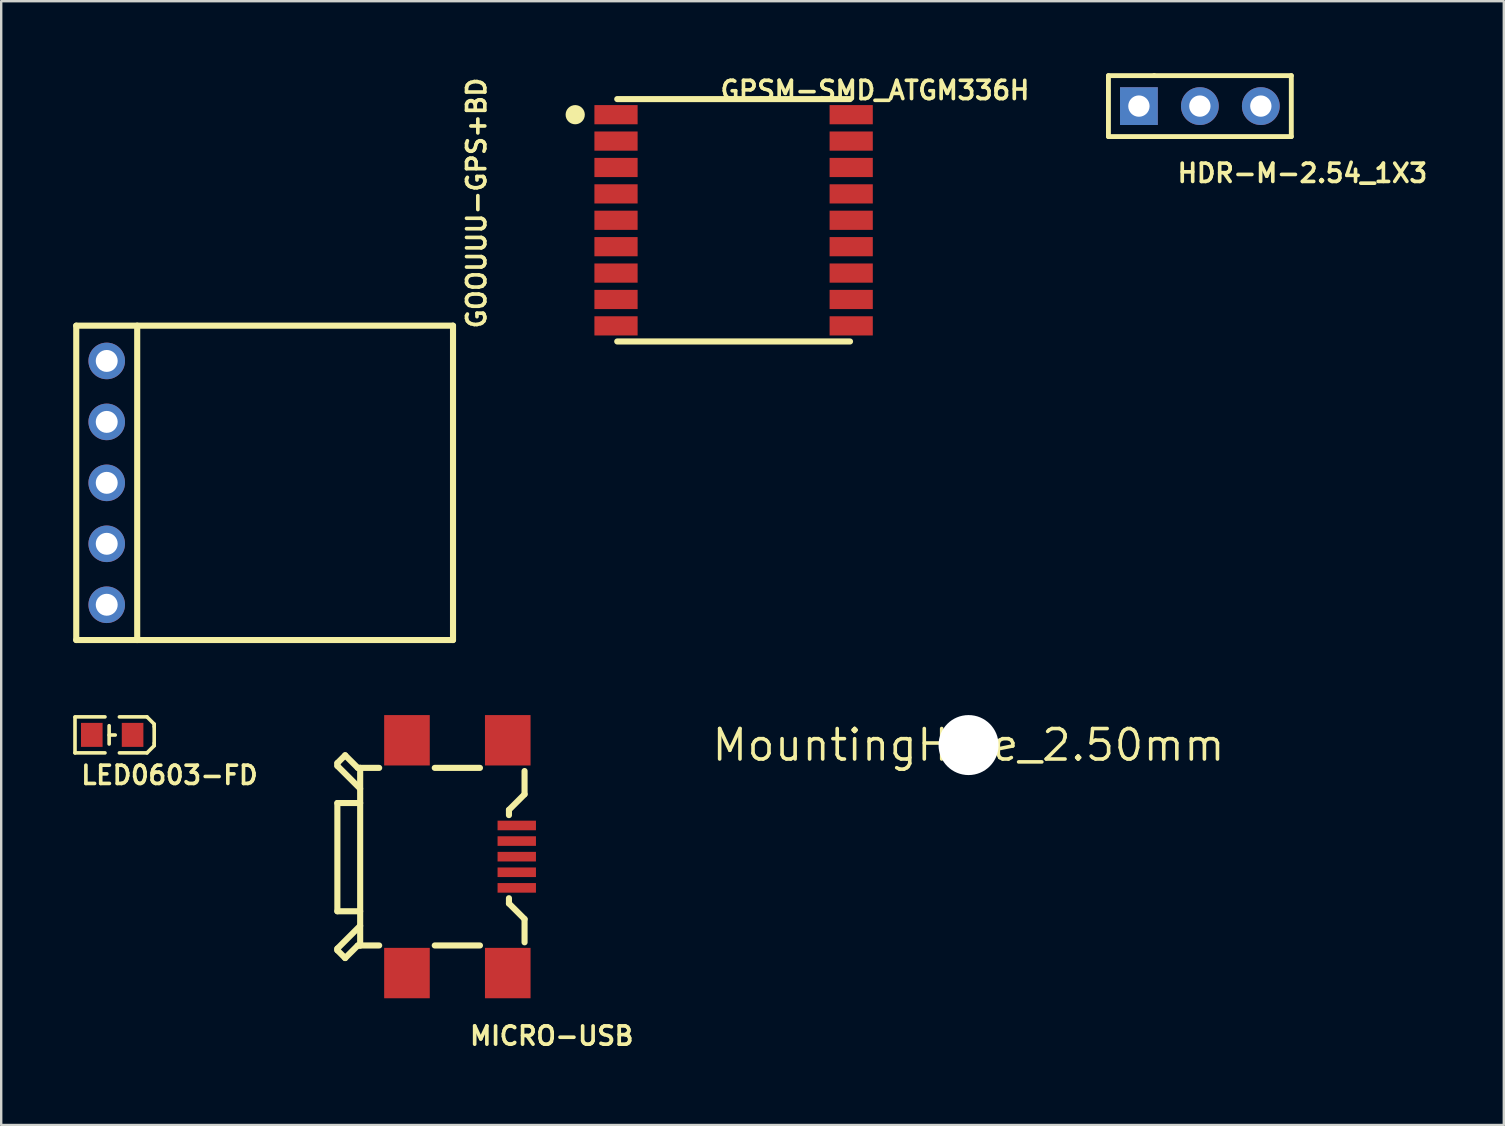
<source format=kicad_pcb>
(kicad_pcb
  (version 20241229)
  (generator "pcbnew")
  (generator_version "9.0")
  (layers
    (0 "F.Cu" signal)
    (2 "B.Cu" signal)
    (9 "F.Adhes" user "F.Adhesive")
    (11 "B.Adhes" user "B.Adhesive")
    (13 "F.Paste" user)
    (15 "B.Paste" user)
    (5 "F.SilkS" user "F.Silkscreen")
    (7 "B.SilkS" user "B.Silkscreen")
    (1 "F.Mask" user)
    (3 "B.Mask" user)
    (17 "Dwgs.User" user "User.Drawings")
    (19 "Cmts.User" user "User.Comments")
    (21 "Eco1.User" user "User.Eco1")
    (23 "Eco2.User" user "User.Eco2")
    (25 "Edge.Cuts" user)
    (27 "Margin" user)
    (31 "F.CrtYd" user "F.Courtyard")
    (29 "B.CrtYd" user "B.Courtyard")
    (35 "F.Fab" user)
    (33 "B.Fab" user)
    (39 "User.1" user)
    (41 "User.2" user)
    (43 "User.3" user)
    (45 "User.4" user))
  (footprint "MICRO-USB"
    (layer "F.Cu")
    (at 15.178 32.75)
    (property "Reference" "MICRO-USB" (at 1.27 7.366 0) (layer "F.SilkS") (effects (font (size 0.762 0.762) (thickness 0.152)) (justify left)))
    (attr smd)
    (fp_line (start -4.17 -4.003) (end -4.17 -3.887) (stroke (width 0.254) (type solid)) (layer "F.SilkS"))
    (fp_line (start -4.17 -3.887) (end -3.22 -2.937) (stroke (width 0.254) (type solid)) (layer "F.SilkS"))
    (fp_line (start -4.17 -2.338) (end -4.17 2.172) (stroke (width 0.254) (type solid)) (layer "F.SilkS"))
    (fp_line (start -4.17 2.172) (end -3.22 2.172) (stroke (width 0.254) (type solid)) (layer "F.SilkS"))
    (fp_line (start -4.17 3.728) (end -3.22 2.778) (stroke (width 0.254) (type solid)) (layer "F.SilkS"))
    (fp_line (start -4.17 3.797) (end -4.17 3.728) (stroke (width 0.254) (type solid)) (layer "F.SilkS"))
    (fp_line (start -3.845 -4.328) (end -4.17 -4.003) (stroke (width 0.254) (type solid)) (layer "F.SilkS"))
    (fp_line (start -3.845 4.122) (end -4.17 3.797) (stroke (width 0.254) (type solid)) (layer "F.SilkS"))
    (fp_line (start -3.32 -3.803) (end -3.845 -4.328) (stroke (width 0.254) (type solid)) (layer "F.SilkS"))
    (fp_line (start -3.32 3.597) (end -3.845 4.122) (stroke (width 0.254) (type solid)) (layer "F.SilkS"))
    (fp_line (start -3.22 -3.803) (end -3.32 -3.803) (stroke (width 0.254) (type solid)) (layer "F.SilkS"))
    (fp_line (start -3.22 -3.803) (end -3.22 3.597) (stroke (width 0.254) (type solid)) (layer "F.SilkS"))
    (fp_line (start -3.22 -3.803) (end -2.428 -3.803) (stroke (width 0.254) (type solid)) (layer "F.SilkS"))
    (fp_line (start -3.22 -2.338) (end -4.17 -2.338) (stroke (width 0.254) (type solid)) (layer "F.SilkS"))
    (fp_line (start -3.22 3.597) (end -3.32 3.597) (stroke (width 0.254) (type solid)) (layer "F.SilkS"))
    (fp_line (start -3.22 3.597) (end -2.428 3.597) (stroke (width 0.254) (type solid)) (layer "F.SilkS"))
    (fp_line (start -0.112 -3.803) (end 1.772 -3.803) (stroke (width 0.254) (type solid)) (layer "F.SilkS"))
    (fp_line (start -0.112 3.597) (end 1.772 3.597) (stroke (width 0.254) (type solid)) (layer "F.SilkS"))
    (fp_line (start 2.98 -2.053) (end 3.63 -2.703) (stroke (width 0.254) (type solid)) (layer "F.SilkS"))
    (fp_line (start 2.98 -1.834) (end 2.98 -2.053) (stroke (width 0.254) (type solid)) (layer "F.SilkS"))
    (fp_line (start 2.98 1.847) (end 2.98 1.628) (stroke (width 0.254) (type solid)) (layer "F.SilkS"))
    (fp_line (start 3.63 -2.703) (end 3.63 -3.672) (stroke (width 0.254) (type solid)) (layer "F.SilkS"))
    (fp_line (start 3.63 2.497) (end 2.98 1.847) (stroke (width 0.254) (type solid)) (layer "F.SilkS"))
    (fp_line (start 3.63 3.466) (end 3.63 2.497) (stroke (width 0.254) (type solid)) (layer "F.SilkS"))
    (pad "1" smd rect (at 3.305 -1.403) (size 1.6 0.4) (layers "F.Cu" "F.Mask" "F.Paste"))
    (pad "2" smd rect (at 3.305 -0.753) (size 1.6 0.4) (layers "F.Cu" "F.Mask" "F.Paste"))
    (pad "3" smd rect (at 3.305 -0.103) (size 1.6 0.4) (layers "F.Cu" "F.Mask" "F.Paste"))
    (pad "4" smd rect (at 3.305 0.547) (size 1.6 0.4) (layers "F.Cu" "F.Mask" "F.Paste"))
    (pad "5" smd rect (at 3.305 1.197) (size 1.6 0.4) (layers "F.Cu" "F.Mask" "F.Paste"))
    (pad "6" smd rect (at -1.27 -4.953) (size 1.9 2.1) (layers "F.Cu" "F.Mask" "F.Paste"))
    (pad "6" smd rect (at -1.27 4.747) (size 1.9 2.1) (layers "F.Cu" "F.Mask" "F.Paste"))
    (pad "6" smd rect (at 2.93 -4.953) (size 1.9 2.1) (layers "F.Cu" "F.Mask" "F.Paste"))
    (pad "6" smd rect (at 2.93 4.747) (size 1.9 2.1) (layers "F.Cu" "F.Mask" "F.Paste")))
  (footprint "MountingHole_2.50mm"
    (layer "F.Cu")
    (at 37.309 27.997)
    (property "Reference" "MountingHole_2.50mm" (at 0 0 0) (layer "F.SilkS") (effects (font (size 1.27 1.27) (thickness 0.15))))
    (attr exclude_from_pos_files exclude_from_bom)
    (pad "" np_thru_hole circle (at 0 0) (size 2.5 2.5) (drill 2.5) (layers "*.Cu" "*.Mask")))
  (footprint "GPSM-SMD_ATGM336H"
    (layer "F.Cu")
    (at 27.519 6.129)
    (property "Reference" "GPSM-SMD_ATGM336H" (at -0.632 -5.416 0) (layer "F.SilkS") (effects (font (size 0.762 0.762) (thickness 0.152)) (justify left)))
    (attr smd)
    (fp_line (start -4.849 -5.05) (end 4.851 -5.05) (stroke (width 0.254) (type solid)) (layer "F.SilkS"))
    (fp_line (start -4.849 5.05) (end 4.851 5.05) (stroke (width 0.254) (type solid)) (layer "F.SilkS"))
    (fp_arc (start -6.599 -4.6) (mid -6.599729 -4.199998) (end -6.601541 -4.599997) (stroke (width 0.4) (type solid)) (layer "F.SilkS"))
    (pad "1" smd rect (at -4.9 -4.4) (size 1.8 0.8) (layers "F.Cu" "F.Mask" "F.Paste"))
    (pad "2" smd rect (at -4.9 -3.3) (size 1.8 0.8) (layers "F.Cu" "F.Mask" "F.Paste"))
    (pad "3" smd rect (at -4.9 -2.2) (size 1.8 0.8) (layers "F.Cu" "F.Mask" "F.Paste"))
    (pad "4" smd rect (at -4.9 -1.1) (size 1.8 0.8) (layers "F.Cu" "F.Mask" "F.Paste"))
    (pad "5" smd rect (at -4.9 0) (size 1.8 0.8) (layers "F.Cu" "F.Mask" "F.Paste"))
    (pad "6" smd rect (at -4.9 1.1) (size 1.8 0.8) (layers "F.Cu" "F.Mask" "F.Paste"))
    (pad "7" smd rect (at -4.9 2.2) (size 1.8 0.8) (layers "F.Cu" "F.Mask" "F.Paste"))
    (pad "8" smd rect (at -4.9 3.3) (size 1.8 0.8) (layers "F.Cu" "F.Mask" "F.Paste"))
    (pad "9" smd rect (at -4.9 4.4) (size 1.8 0.8) (layers "F.Cu" "F.Mask" "F.Paste"))
    (pad "10" smd rect (at 4.9 4.4) (size 1.8 0.8) (layers "F.Cu" "F.Mask" "F.Paste"))
    (pad "11" smd rect (at 4.9 3.3) (size 1.8 0.8) (layers "F.Cu" "F.Mask" "F.Paste"))
    (pad "12" smd rect (at 4.9 2.2) (size 1.8 0.8) (layers "F.Cu" "F.Mask" "F.Paste"))
    (pad "13" smd rect (at 4.9 1.1) (size 1.8 0.8) (layers "F.Cu" "F.Mask" "F.Paste"))
    (pad "14" smd rect (at 4.9 0) (size 1.8 0.8) (layers "F.Cu" "F.Mask" "F.Paste"))
    (pad "15" smd rect (at 4.9 -1.1) (size 1.8 0.8) (layers "F.Cu" "F.Mask" "F.Paste"))
    (pad "16" smd rect (at 4.9 -2.2) (size 1.8 0.8) (layers "F.Cu" "F.Mask" "F.Paste"))
    (pad "17" smd rect (at 4.9 -3.3) (size 1.8 0.8) (layers "F.Cu" "F.Mask" "F.Paste"))
    (pad "18" smd rect (at 4.9 -4.4) (size 1.8 0.8) (layers "F.Cu" "F.Mask" "F.Paste")))
  (footprint "GOOUUU-GPS+BD"
    (layer "F.Cu")
    (at 1.397 17.07)
    (property "Reference" "GOOUUU-GPS+BD" (at 15.41 -6.353 90) (layer "F.SilkS") (effects (font (size 0.762 0.762) (thickness 0.152)) (justify left)))
    (attr through_hole)
    (fp_line (start -1.27 -6.55) (end -1.27 6.55) (stroke (width 0.254) (type solid)) (layer "F.SilkS"))
    (fp_line (start -1.27 -6.55) (end 14.43 -6.55) (stroke (width 0.254) (type solid)) (layer "F.SilkS"))
    (fp_line (start 1.27 -6.55) (end 1.27 6.55) (stroke (width 0.254) (type solid)) (layer "F.SilkS"))
    (fp_line (start 14.43 6.55) (end -1.27 6.55) (stroke (width 0.254) (type solid)) (layer "F.SilkS"))
    (fp_line (start 14.43 6.55) (end 14.43 -6.55) (stroke (width 0.254) (type solid)) (layer "F.SilkS"))
    (pad "1" thru_hole circle (at 0 -5.08) (size 1.524 1.524) (drill 0.914) (layers "*.Cu" "*.Paste" "*.Mask"))
    (pad "2" thru_hole circle (at 0 -2.54) (size 1.524 1.524) (drill 0.914) (layers "*.Cu" "*.Paste" "*.Mask"))
    (pad "3" thru_hole circle (at 0 0) (size 1.524 1.524) (drill 0.914) (layers "*.Cu" "*.Paste" "*.Mask"))
    (pad "4" thru_hole circle (at 0 2.54) (size 1.524 1.524) (drill 0.914) (layers "*.Cu" "*.Paste" "*.Mask"))
    (pad "5" thru_hole circle (at 0 5.08) (size 1.524 1.524) (drill 0.914) (layers "*.Cu" "*.Paste" "*.Mask")))
  (footprint "LED0603-FD"
    (layer "F.Cu")
    (at 1.625 27.572)
    (property "Reference" "LED0603-FD" (at -1.377 1.679 0) (layer "F.SilkS") (effects (font (size 0.762 0.762) (thickness 0.152)) (justify left)))
    (attr smd)
    (fp_line (start -1.55 0.75) (end -1.55 -0.73) (stroke (width 0.15) (type solid)) (layer "F.SilkS"))
    (fp_line (start -0.3 -0.75) (end -1.55 -0.75) (stroke (width 0.15) (type solid)) (layer "F.SilkS"))
    (fp_line (start -0.3 0.75) (end -1.55 0.75) (stroke (width 0.15) (type solid)) (layer "F.SilkS"))
    (fp_line (start -0.127 -0.381) (end -0.127 0.381) (stroke (width 0.15) (type solid)) (layer "F.SilkS"))
    (fp_line (start -0.127 0.006) (end 0.127 0.006) (stroke (width 0.15) (type solid)) (layer "F.SilkS"))
    (fp_line (start 0.3 -0.75) (end 1.45 -0.75) (stroke (width 0.15) (type solid)) (layer "F.SilkS"))
    (fp_line (start 0.3 0.75) (end 1.45 0.75) (stroke (width 0.15) (type solid)) (layer "F.SilkS"))
    (fp_line (start 1.75 -0.45) (end 1.45 -0.75) (stroke (width 0.15) (type solid)) (layer "F.SilkS"))
    (fp_line (start 1.75 -0.35) (end 1.75 -0.45) (stroke (width 0.15) (type solid)) (layer "F.SilkS"))
    (fp_line (start 1.75 0.35) (end 1.75 -0.35) (stroke (width 0.15) (type solid)) (layer "F.SilkS"))
    (fp_line (start 1.75 0.35) (end 1.75 0.45) (stroke (width 0.15) (type solid)) (layer "F.SilkS"))
    (fp_line (start 1.75 0.45) (end 1.45 0.75) (stroke (width 0.15) (type solid)) (layer "F.SilkS"))
    (pad "1" smd rect (at -0.85 0 270) (size 1 0.9) (layers "F.Cu" "F.Mask" "F.Paste"))
    (pad "2" smd rect (at 0.85 0 270) (size 1 0.9) (layers "F.Cu" "F.Mask" "F.Paste")))
  (footprint "HDR-M-2.54_1X3"
    (layer "F.Cu")
    (at 46.948 1.371)
    (property "Reference" "HDR-M-2.54_1X3" (at -1.016 2.794 0) (layer "F.SilkS") (effects (font (size 0.762 0.762) (thickness 0.152)) (justify left)))
    (attr through_hole)
    (fp_line (start -3.81 -1.27) (end -3.81 1.27) (stroke (width 0.203) (type solid)) (layer "F.SilkS"))
    (fp_line (start -3.81 1.27) (end 3.81 1.27) (stroke (width 0.203) (type solid)) (layer "F.SilkS"))
    (fp_line (start -1.905 -1.27) (end -3.81 -1.27) (stroke (width 0.203) (type solid)) (layer "F.SilkS"))
    (fp_line (start 3.81 -1.27) (end -1.905 -1.27) (stroke (width 0.203) (type solid)) (layer "F.SilkS"))
    (fp_line (start 3.81 1.27) (end 3.81 -1.27) (stroke (width 0.203) (type solid)) (layer "F.SilkS"))
    (pad "1" thru_hole rect (at -2.54 0) (size 1.575 1.575) (drill 0.889) (layers "*.Cu" "*.Paste" "*.Mask"))
    (pad "2" thru_hole circle (at 0 0) (size 1.575 1.575) (drill 0.889) (layers "*.Cu" "*.Paste" "*.Mask"))
    (pad "3" thru_hole circle (at 2.54 0) (size 1.575 1.575) (drill 0.889) (layers "*.Cu" "*.Paste" "*.Mask")))
  (gr_rect
    (start -3 -3)
    (end 59.613 43.829)
    (stroke (width 0.1) (type default))
    (fill no)
    (layer "Edge.Cuts")))
</source>
